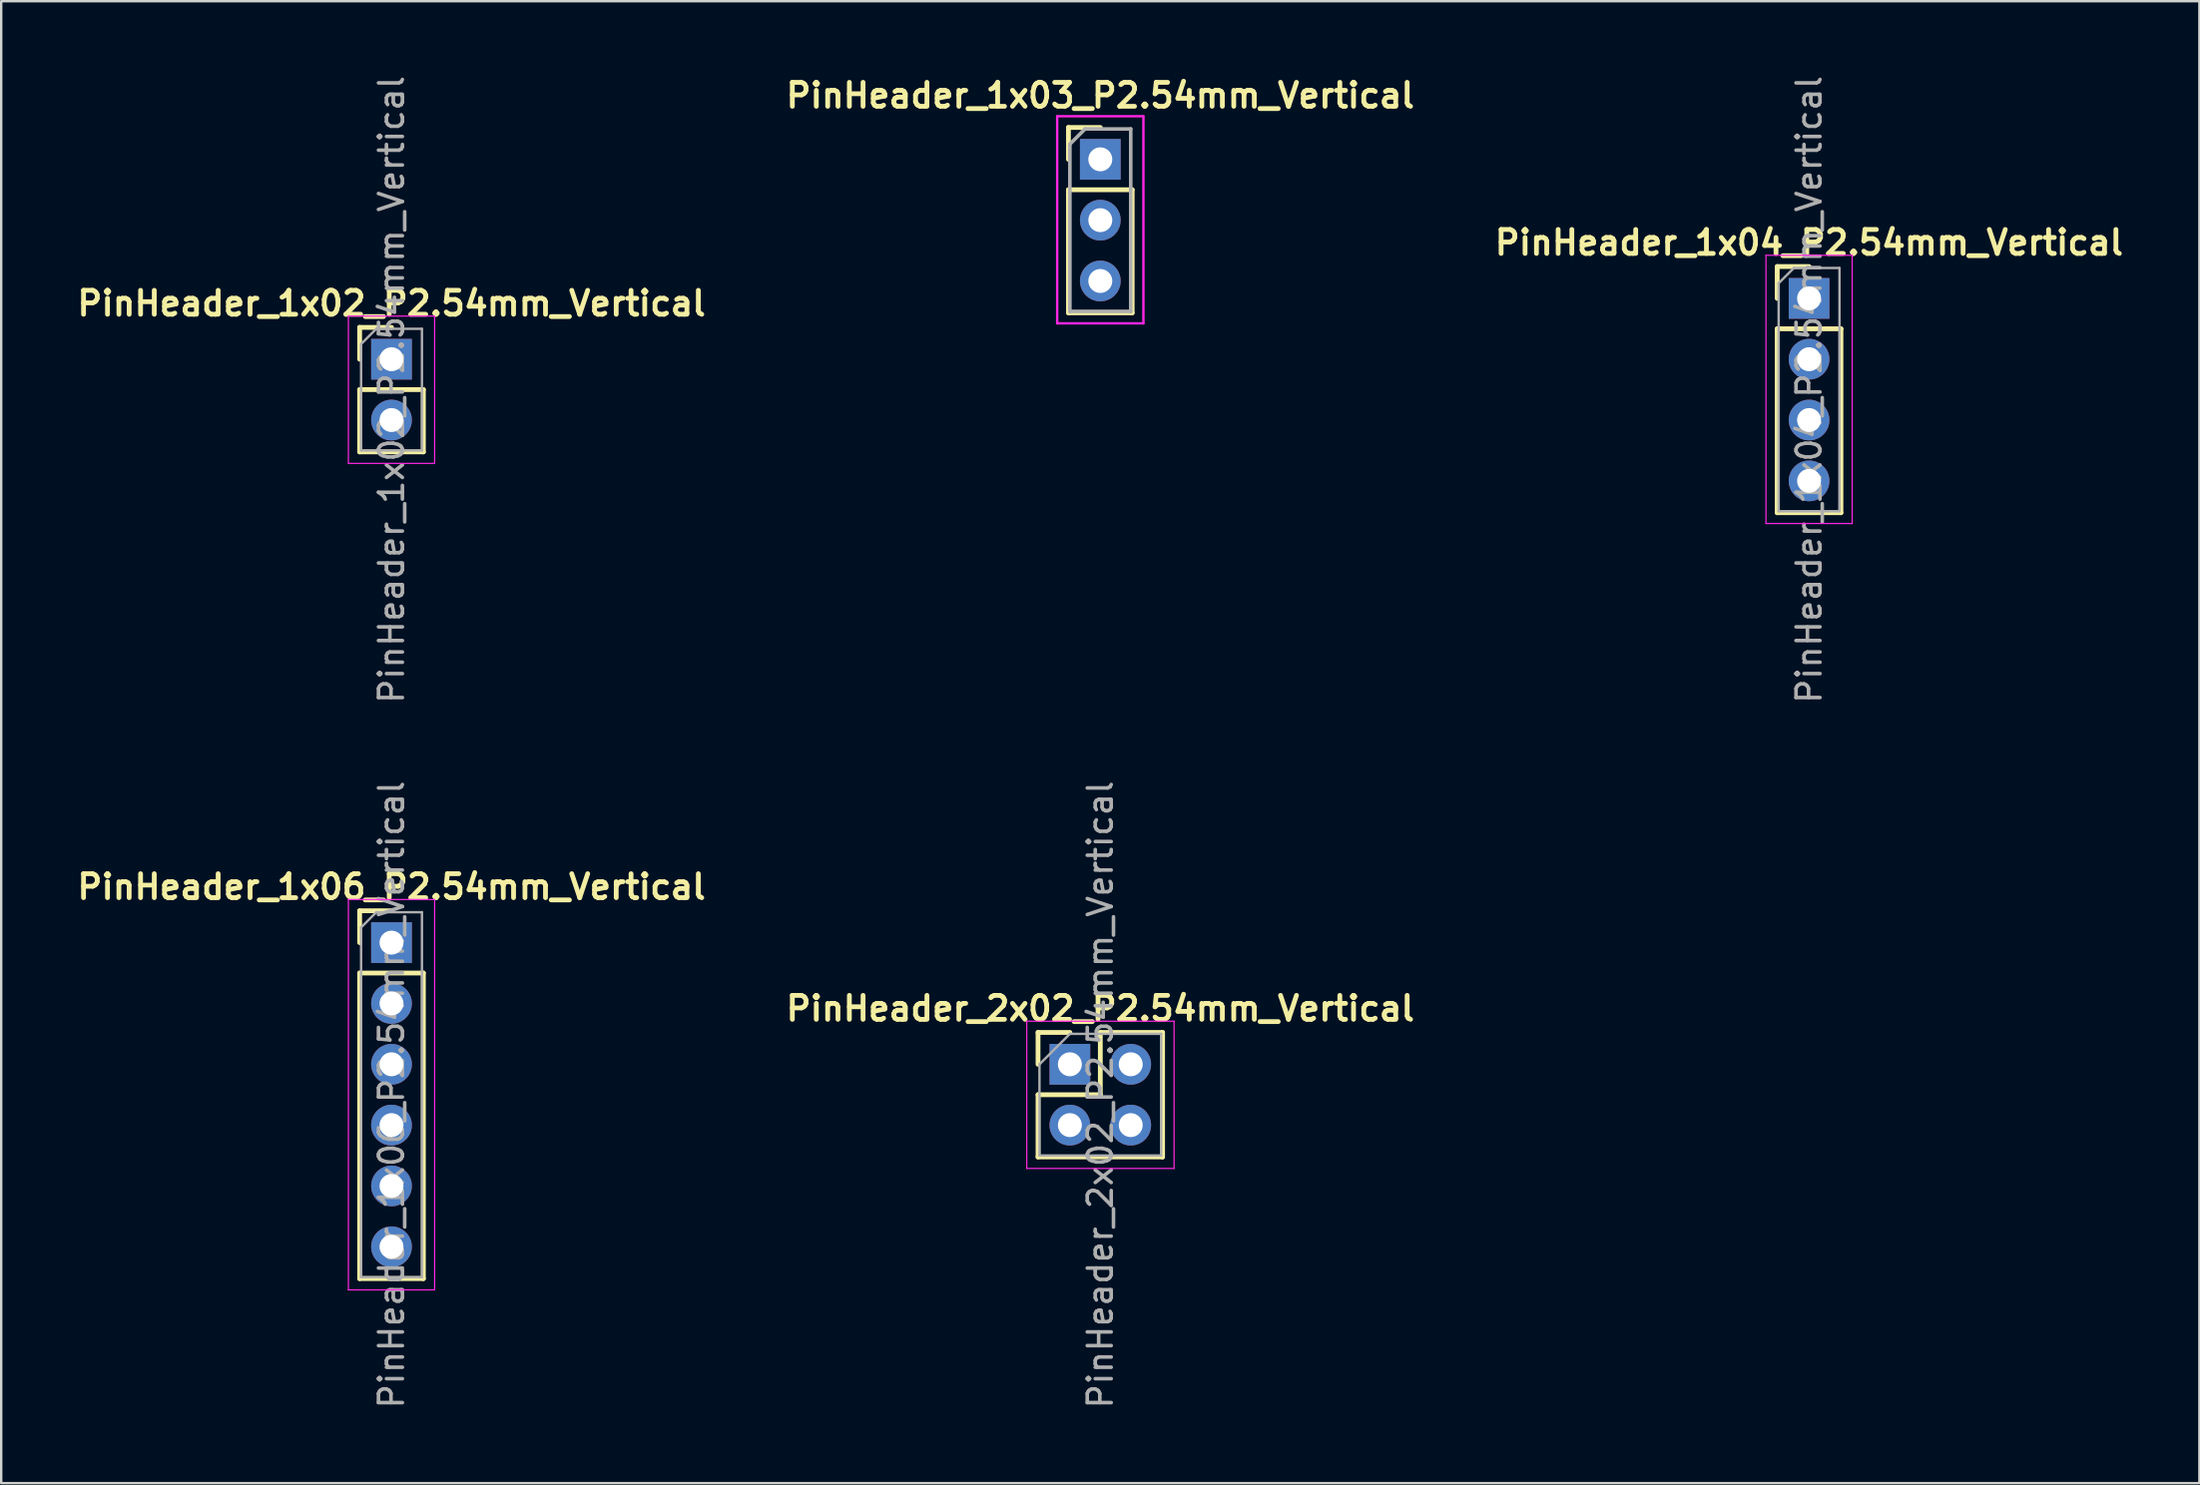
<source format=kicad_pcb>
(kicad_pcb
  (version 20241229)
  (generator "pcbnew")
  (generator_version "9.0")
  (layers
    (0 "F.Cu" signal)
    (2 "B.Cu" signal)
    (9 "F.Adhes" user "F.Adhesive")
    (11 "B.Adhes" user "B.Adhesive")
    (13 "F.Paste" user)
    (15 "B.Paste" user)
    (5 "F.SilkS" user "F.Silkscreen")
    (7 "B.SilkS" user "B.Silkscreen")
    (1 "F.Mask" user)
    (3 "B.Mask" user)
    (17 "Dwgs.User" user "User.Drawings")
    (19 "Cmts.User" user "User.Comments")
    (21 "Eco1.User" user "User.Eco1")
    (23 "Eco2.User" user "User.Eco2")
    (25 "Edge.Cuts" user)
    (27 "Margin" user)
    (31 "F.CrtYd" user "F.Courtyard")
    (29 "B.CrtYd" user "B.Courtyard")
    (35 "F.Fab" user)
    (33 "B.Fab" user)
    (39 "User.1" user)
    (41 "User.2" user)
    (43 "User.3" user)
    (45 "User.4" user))
  (footprint "PinHeader_2x02_P2.54mm_Vertical"
    (layer "F.Cu")
    (at 41.616 41.391)
    (property "Reference" "PinHeader_2x02_P2.54mm_Vertical" (at 1.27 -2.33 0) (layer "F.SilkS") (effects (font (size 1 1) (thickness 0.2))))
    (attr through_hole)
    (fp_line (start -1.33 -1.33) (end 0 -1.33) (stroke (width 0.2) (type solid)) (layer "F.SilkS"))
    (fp_line (start -1.33 0) (end -1.33 -1.33) (stroke (width 0.2) (type solid)) (layer "F.SilkS"))
    (fp_line (start -1.33 1.27) (end -1.33 3.87) (stroke (width 0.2) (type solid)) (layer "F.SilkS"))
    (fp_line (start -1.33 1.27) (end 1.27 1.27) (stroke (width 0.2) (type solid)) (layer "F.SilkS"))
    (fp_line (start -1.33 3.87) (end 3.87 3.87) (stroke (width 0.2) (type solid)) (layer "F.SilkS"))
    (fp_line (start 1.27 -1.33) (end 3.87 -1.33) (stroke (width 0.2) (type solid)) (layer "F.SilkS"))
    (fp_line (start 1.27 1.27) (end 1.27 -1.33) (stroke (width 0.2) (type solid)) (layer "F.SilkS"))
    (fp_line (start 3.87 -1.33) (end 3.87 3.87) (stroke (width 0.2) (type solid)) (layer "F.SilkS"))
    (fp_line (start -1.8 -1.8) (end -1.8 4.35) (stroke (width 0.05) (type solid)) (layer "F.CrtYd"))
    (fp_line (start -1.8 4.35) (end 4.35 4.35) (stroke (width 0.05) (type solid)) (layer "F.CrtYd"))
    (fp_line (start 4.35 -1.8) (end -1.8 -1.8) (stroke (width 0.05) (type solid)) (layer "F.CrtYd"))
    (fp_line (start 4.35 4.35) (end 4.35 -1.8) (stroke (width 0.05) (type solid)) (layer "F.CrtYd"))
    (fp_line (start -1.27 0) (end 0 -1.27) (stroke (width 0.1) (type solid)) (layer "F.Fab"))
    (fp_line (start -1.27 3.81) (end -1.27 0) (stroke (width 0.1) (type solid)) (layer "F.Fab"))
    (fp_line (start 0 -1.27) (end 3.81 -1.27) (stroke (width 0.1) (type solid)) (layer "F.Fab"))
    (fp_line (start 3.81 -1.27) (end 3.81 3.81) (stroke (width 0.1) (type solid)) (layer "F.Fab"))
    (fp_line (start 3.81 3.81) (end -1.27 3.81) (stroke (width 0.1) (type solid)) (layer "F.Fab"))
    (fp_text user "${REFERENCE}" (at 1.27 1.27 90) (layer "F.Fab") (effects (font (size 1 1) (thickness 0.15))))
    (pad "1" thru_hole rect (at 0 0) (size 1.7 1.7) (drill 1) (layers "*.Cu" "*.Mask"))
    (pad "2" thru_hole oval (at 2.54 0) (size 1.7 1.7) (drill 1) (layers "*.Cu" "*.Mask"))
    (pad "3" thru_hole oval (at 0 2.54) (size 1.7 1.7) (drill 1) (layers "*.Cu" "*.Mask"))
    (pad "4" thru_hole oval (at 2.54 2.54) (size 1.7 1.7) (drill 1) (layers "*.Cu" "*.Mask")))
  (footprint "PinHeader_1x03_P2.54mm_Vertical"
    (layer "F.Cu")
    (at 42.886 3.603)
    (property "Reference" "PinHeader_1x03_P2.54mm_Vertical" (at 0 -2.667 0) (layer "F.SilkS") (effects (font (size 1 1) (thickness 0.2))))
    (attr through_hole)
    (fp_line (start -1.33 -1.33) (end 0 -1.33) (stroke (width 0.2) (type solid)) (layer "F.SilkS"))
    (fp_line (start -1.33 0) (end -1.33 -1.33) (stroke (width 0.2) (type solid)) (layer "F.SilkS"))
    (fp_line (start -1.33 1.27) (end -1.33 6.41) (stroke (width 0.2) (type solid)) (layer "F.SilkS"))
    (fp_line (start -1.33 1.27) (end 1.33 1.27) (stroke (width 0.2) (type solid)) (layer "F.SilkS"))
    (fp_line (start -1.33 6.41) (end 1.33 6.41) (stroke (width 0.2) (type solid)) (layer "F.SilkS"))
    (fp_line (start 1.33 1.27) (end 1.33 6.41) (stroke (width 0.2) (type solid)) (layer "F.SilkS"))
    (fp_line (start -1.8 -1.8) (end -1.8 6.85) (stroke (width 0.1) (type solid)) (layer "F.CrtYd"))
    (fp_line (start -1.8 6.85) (end 1.8 6.85) (stroke (width 0.1) (type solid)) (layer "F.CrtYd"))
    (fp_line (start 1.8 -1.8) (end -1.8 -1.8) (stroke (width 0.1) (type solid)) (layer "F.CrtYd"))
    (fp_line (start 1.8 6.85) (end 1.8 -1.8) (stroke (width 0.1) (type solid)) (layer "F.CrtYd"))
    (fp_line (start -1.27 -0.635) (end -0.635 -1.27) (stroke (width 0.15) (type solid)) (layer "F.Fab"))
    (fp_line (start -1.27 6.35) (end -1.27 -0.635) (stroke (width 0.15) (type solid)) (layer "F.Fab"))
    (fp_line (start -0.635 -1.27) (end 1.27 -1.27) (stroke (width 0.15) (type solid)) (layer "F.Fab"))
    (fp_line (start 1.27 -1.27) (end 1.27 6.35) (stroke (width 0.15) (type solid)) (layer "F.Fab"))
    (fp_line (start 1.27 6.35) (end -1.27 6.35) (stroke (width 0.15) (type solid)) (layer "F.Fab"))
    (pad "1" thru_hole rect (at 0 0) (size 1.7 1.7) (drill 1) (layers "*.Cu" "*.Mask"))
    (pad "2" thru_hole oval (at 0 2.54) (size 1.7 1.7) (drill 1) (layers "*.Cu" "*.Mask"))
    (pad "3" thru_hole oval (at 0 5.08) (size 1.7 1.7) (drill 1) (layers "*.Cu" "*.Mask")))
  (footprint "PinHeader_1x06_P2.54mm_Vertical"
    (layer "F.Cu")
    (at 13.295 36.311)
    (property "Reference" "PinHeader_1x06_P2.54mm_Vertical" (at 0 -2.33 0) (layer "F.SilkS") (effects (font (size 1 1) (thickness 0.2) (bold yes))))
    (attr through_hole)
    (fp_line (start -1.33 -1.33) (end 0 -1.33) (stroke (width 0.2) (type solid)) (layer "F.SilkS"))
    (fp_line (start -1.33 0) (end -1.33 -1.33) (stroke (width 0.2) (type solid)) (layer "F.SilkS"))
    (fp_line (start -1.33 1.27) (end -1.33 14.03) (stroke (width 0.2) (type solid)) (layer "F.SilkS"))
    (fp_line (start -1.33 1.27) (end 1.33 1.27) (stroke (width 0.2) (type solid)) (layer "F.SilkS"))
    (fp_line (start -1.33 14.03) (end 1.33 14.03) (stroke (width 0.2) (type solid)) (layer "F.SilkS"))
    (fp_line (start 1.33 1.27) (end 1.33 14.03) (stroke (width 0.2) (type solid)) (layer "F.SilkS"))
    (fp_line (start -1.8 -1.8) (end -1.8 14.5) (stroke (width 0.05) (type solid)) (layer "F.CrtYd"))
    (fp_line (start -1.8 14.5) (end 1.8 14.5) (stroke (width 0.05) (type solid)) (layer "F.CrtYd"))
    (fp_line (start 1.8 -1.8) (end -1.8 -1.8) (stroke (width 0.05) (type solid)) (layer "F.CrtYd"))
    (fp_line (start 1.8 14.5) (end 1.8 -1.8) (stroke (width 0.05) (type solid)) (layer "F.CrtYd"))
    (fp_line (start -1.27 -0.635) (end -0.635 -1.27) (stroke (width 0.1) (type solid)) (layer "F.Fab"))
    (fp_line (start -1.27 13.97) (end -1.27 -0.635) (stroke (width 0.1) (type solid)) (layer "F.Fab"))
    (fp_line (start -0.635 -1.27) (end 1.27 -1.27) (stroke (width 0.1) (type solid)) (layer "F.Fab"))
    (fp_line (start 1.27 -1.27) (end 1.27 13.97) (stroke (width 0.1) (type solid)) (layer "F.Fab"))
    (fp_line (start 1.27 13.97) (end -1.27 13.97) (stroke (width 0.1) (type solid)) (layer "F.Fab"))
    (fp_text user "${REFERENCE}" (at 0 6.35 90) (layer "F.Fab") (effects (font (size 1 1) (thickness 0.15))))
    (pad "1" thru_hole rect (at 0 0) (size 1.7 1.7) (drill 1) (layers "*.Cu" "*.Mask"))
    (pad "2" thru_hole oval (at 0 2.54) (size 1.7 1.7) (drill 1) (layers "*.Cu" "*.Mask"))
    (pad "3" thru_hole oval (at 0 5.08) (size 1.7 1.7) (drill 1) (layers "*.Cu" "*.Mask"))
    (pad "4" thru_hole oval (at 0 7.62) (size 1.7 1.7) (drill 1) (layers "*.Cu" "*.Mask"))
    (pad "5" thru_hole oval (at 0 10.16) (size 1.7 1.7) (drill 1) (layers "*.Cu" "*.Mask"))
    (pad "6" thru_hole oval (at 0 12.7) (size 1.7 1.7) (drill 1) (layers "*.Cu" "*.Mask")))
  (footprint "PinHeader_1x04_P2.54mm_Vertical"
    (layer "F.Cu")
    (at 72.476 9.41)
    (property "Reference" "PinHeader_1x04_P2.54mm_Vertical" (at 0 -2.33 0) (layer "F.SilkS") (effects (font (size 1 1) (thickness 0.2))))
    (attr through_hole)
    (fp_line (start -1.33 -1.33) (end 0 -1.33) (stroke (width 0.2) (type solid)) (layer "F.SilkS"))
    (fp_line (start -1.33 0) (end -1.33 -1.33) (stroke (width 0.2) (type solid)) (layer "F.SilkS"))
    (fp_line (start -1.33 1.27) (end -1.33 8.95) (stroke (width 0.2) (type solid)) (layer "F.SilkS"))
    (fp_line (start -1.33 1.27) (end 1.33 1.27) (stroke (width 0.2) (type solid)) (layer "F.SilkS"))
    (fp_line (start -1.33 8.95) (end 1.33 8.95) (stroke (width 0.2) (type solid)) (layer "F.SilkS"))
    (fp_line (start 1.33 1.27) (end 1.33 8.95) (stroke (width 0.2) (type solid)) (layer "F.SilkS"))
    (fp_line (start -1.8 -1.8) (end -1.8 9.4) (stroke (width 0.05) (type solid)) (layer "F.CrtYd"))
    (fp_line (start -1.8 9.4) (end 1.8 9.4) (stroke (width 0.05) (type solid)) (layer "F.CrtYd"))
    (fp_line (start 1.8 -1.8) (end -1.8 -1.8) (stroke (width 0.05) (type solid)) (layer "F.CrtYd"))
    (fp_line (start 1.8 9.4) (end 1.8 -1.8) (stroke (width 0.05) (type solid)) (layer "F.CrtYd"))
    (fp_line (start -1.27 -0.635) (end -0.635 -1.27) (stroke (width 0.1) (type solid)) (layer "F.Fab"))
    (fp_line (start -1.27 8.89) (end -1.27 -0.635) (stroke (width 0.1) (type solid)) (layer "F.Fab"))
    (fp_line (start -0.635 -1.27) (end 1.27 -1.27) (stroke (width 0.1) (type solid)) (layer "F.Fab"))
    (fp_line (start 1.27 -1.27) (end 1.27 8.89) (stroke (width 0.1) (type solid)) (layer "F.Fab"))
    (fp_line (start 1.27 8.89) (end -1.27 8.89) (stroke (width 0.1) (type solid)) (layer "F.Fab"))
    (fp_text user "${REFERENCE}" (at 0 3.81 90) (layer "F.Fab") (effects (font (size 1 1) (thickness 0.15))))
    (pad "1" thru_hole rect (at 0 0) (size 1.7 1.7) (drill 1) (layers "*.Cu" "*.Mask"))
    (pad "2" thru_hole oval (at 0 2.54) (size 1.7 1.7) (drill 1) (layers "*.Cu" "*.Mask"))
    (pad "3" thru_hole oval (at 0 5.08) (size 1.7 1.7) (drill 1) (layers "*.Cu" "*.Mask"))
    (pad "4" thru_hole oval (at 0 7.62) (size 1.7 1.7) (drill 1) (layers "*.Cu" "*.Mask")))
  (footprint "PinHeader_1x02_P2.54mm_Vertical"
    (layer "F.Cu")
    (at 13.295 11.95)
    (property "Reference" "PinHeader_1x02_P2.54mm_Vertical" (at 0 -2.33 0) (layer "F.SilkS") (effects (font (size 1 1) (thickness 0.2))))
    (attr through_hole)
    (fp_line (start -1.33 -1.33) (end 0 -1.33) (stroke (width 0.2) (type solid)) (layer "F.SilkS"))
    (fp_line (start -1.33 0) (end -1.33 -1.33) (stroke (width 0.2) (type solid)) (layer "F.SilkS"))
    (fp_line (start -1.33 1.27) (end -1.33 3.87) (stroke (width 0.2) (type solid)) (layer "F.SilkS"))
    (fp_line (start -1.33 1.27) (end 1.33 1.27) (stroke (width 0.2) (type solid)) (layer "F.SilkS"))
    (fp_line (start -1.33 3.87) (end 1.33 3.87) (stroke (width 0.2) (type solid)) (layer "F.SilkS"))
    (fp_line (start 1.33 1.27) (end 1.33 3.87) (stroke (width 0.2) (type solid)) (layer "F.SilkS"))
    (fp_line (start -1.8 -1.8) (end -1.8 4.35) (stroke (width 0.05) (type solid)) (layer "F.CrtYd"))
    (fp_line (start -1.8 4.35) (end 1.8 4.35) (stroke (width 0.05) (type solid)) (layer "F.CrtYd"))
    (fp_line (start 1.8 -1.8) (end -1.8 -1.8) (stroke (width 0.05) (type solid)) (layer "F.CrtYd"))
    (fp_line (start 1.8 4.35) (end 1.8 -1.8) (stroke (width 0.05) (type solid)) (layer "F.CrtYd"))
    (fp_line (start -1.27 -0.635) (end -0.635 -1.27) (stroke (width 0.1) (type solid)) (layer "F.Fab"))
    (fp_line (start -1.27 3.81) (end -1.27 -0.635) (stroke (width 0.1) (type solid)) (layer "F.Fab"))
    (fp_line (start -0.635 -1.27) (end 1.27 -1.27) (stroke (width 0.1) (type solid)) (layer "F.Fab"))
    (fp_line (start 1.27 -1.27) (end 1.27 3.81) (stroke (width 0.1) (type solid)) (layer "F.Fab"))
    (fp_line (start 1.27 3.81) (end -1.27 3.81) (stroke (width 0.1) (type solid)) (layer "F.Fab"))
    (fp_text user "${REFERENCE}" (at 0 1.27 90) (layer "F.Fab") (effects (font (size 1 1) (thickness 0.15))))
    (pad "1" thru_hole rect (at 0 0) (size 1.7 1.7) (drill 1) (layers "*.Cu" "*.Mask"))
    (pad "2" thru_hole oval (at 0 2.54) (size 1.7 1.7) (drill 1) (layers "*.Cu" "*.Mask")))
  (gr_rect
    (start -3 -3)
    (end 88.771 58.881)
    (stroke (width 0.1) (type default))
    (fill no)
    (layer "Edge.Cuts")))
</source>
